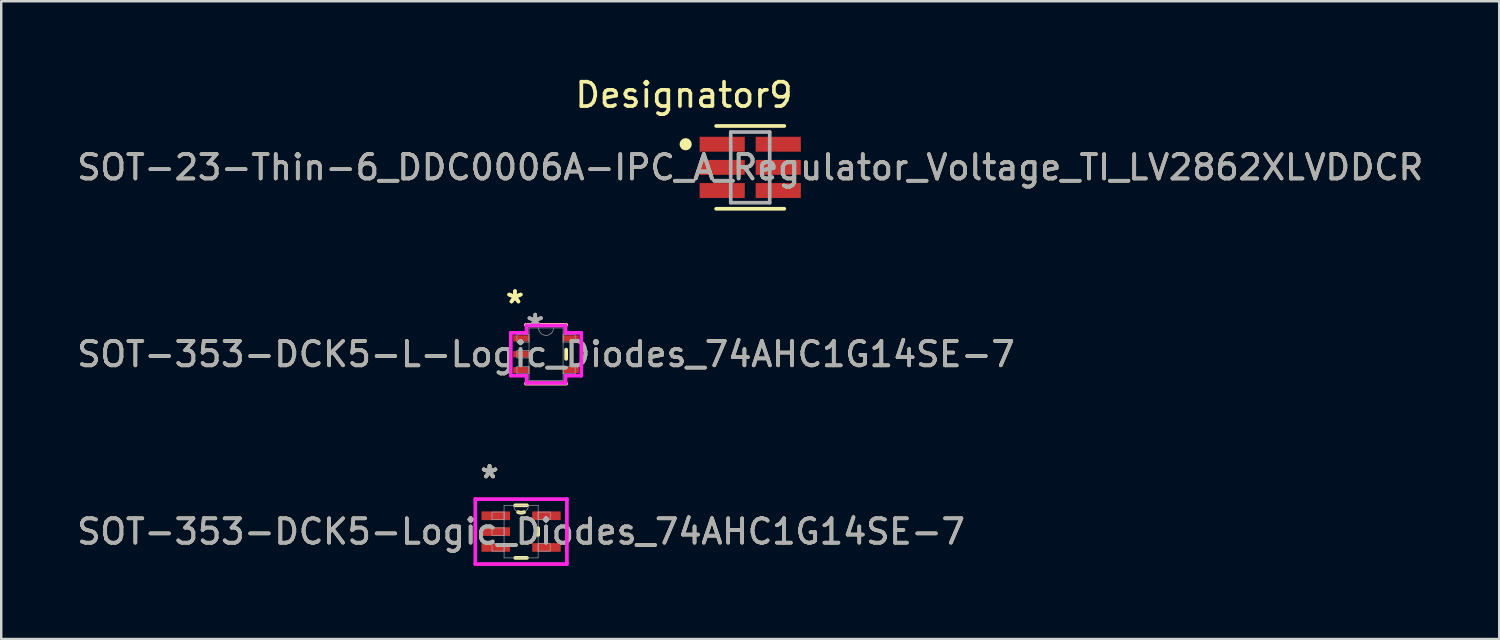
<source format=kicad_pcb>
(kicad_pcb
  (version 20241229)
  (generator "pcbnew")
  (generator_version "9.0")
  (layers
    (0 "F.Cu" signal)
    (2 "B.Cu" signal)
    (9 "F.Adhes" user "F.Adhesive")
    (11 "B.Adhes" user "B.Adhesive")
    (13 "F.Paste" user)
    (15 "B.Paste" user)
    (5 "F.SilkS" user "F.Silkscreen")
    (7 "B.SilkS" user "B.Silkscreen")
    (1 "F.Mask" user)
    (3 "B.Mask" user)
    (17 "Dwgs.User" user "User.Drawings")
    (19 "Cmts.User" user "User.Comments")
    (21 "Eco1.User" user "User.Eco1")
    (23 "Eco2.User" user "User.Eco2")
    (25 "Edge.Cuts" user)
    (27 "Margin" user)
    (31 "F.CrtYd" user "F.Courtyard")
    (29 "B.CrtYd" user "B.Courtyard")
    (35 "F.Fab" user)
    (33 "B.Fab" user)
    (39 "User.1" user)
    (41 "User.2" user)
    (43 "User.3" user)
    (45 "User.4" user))
  (footprint "SOT-353-DCK5-L-Logic_Diodes_74AHC1G14SE-7"
    (layer "F.Cu")
    (at 19.363 11.49)
    (property "Reference" "SOT-353-DCK5-L-Logic_Diodes_74AHC1G14SE-7" (at 0 0 0) (unlocked yes) (layer "F.SilkS") (effects (font (size 1 1) (thickness 0.15))))
    (attr smd)
    (fp_line (start -0.826 1.206) (end 0.826 1.206) (stroke (width 0.152) (type solid)) (layer "F.SilkS"))
    (fp_line (start 0.826 -1.206) (end -0.826 -1.206) (stroke (width 0.152) (type solid)) (layer "F.SilkS"))
    (fp_line (start 0.826 0.19) (end 0.826 -0.19) (stroke (width 0.152) (type solid)) (layer "F.SilkS"))
    (fp_line (start -1.448 -0.879) (end -0.8 -0.879) (stroke (width 0.152) (type solid)) (layer "F.CrtYd"))
    (fp_line (start -1.448 0.879) (end -1.448 -0.879) (stroke (width 0.152) (type solid)) (layer "F.CrtYd"))
    (fp_line (start -0.8 -1.181) (end 0.8 -1.181) (stroke (width 0.152) (type solid)) (layer "F.CrtYd"))
    (fp_line (start -0.8 -0.879) (end -0.8 -1.181) (stroke (width 0.152) (type solid)) (layer "F.CrtYd"))
    (fp_line (start -0.8 0.879) (end -1.448 0.879) (stroke (width 0.152) (type solid)) (layer "F.CrtYd"))
    (fp_line (start -0.8 1.181) (end -0.8 0.879) (stroke (width 0.152) (type solid)) (layer "F.CrtYd"))
    (fp_line (start 0.8 -1.181) (end 0.8 -0.879) (stroke (width 0.152) (type solid)) (layer "F.CrtYd"))
    (fp_line (start 0.8 -0.879) (end 1.448 -0.879) (stroke (width 0.152) (type solid)) (layer "F.CrtYd"))
    (fp_line (start 0.8 0.879) (end 0.8 1.181) (stroke (width 0.152) (type solid)) (layer "F.CrtYd"))
    (fp_line (start 0.8 1.181) (end -0.8 1.181) (stroke (width 0.152) (type solid)) (layer "F.CrtYd"))
    (fp_line (start 1.448 -0.879) (end 1.448 0.879) (stroke (width 0.152) (type solid)) (layer "F.CrtYd"))
    (fp_line (start 1.448 0.879) (end 0.8 0.879) (stroke (width 0.152) (type solid)) (layer "F.CrtYd"))
    (fp_line (start -1.194 -0.802) (end -1.194 -0.498) (stroke (width 0.025) (type solid)) (layer "F.Fab"))
    (fp_line (start -1.194 -0.498) (end -0.699 -0.498) (stroke (width 0.025) (type solid)) (layer "F.Fab"))
    (fp_line (start -1.194 -0.152) (end -1.194 0.152) (stroke (width 0.025) (type solid)) (layer "F.Fab"))
    (fp_line (start -1.194 0.152) (end -0.699 0.152) (stroke (width 0.025) (type solid)) (layer "F.Fab"))
    (fp_line (start -1.194 0.498) (end -1.194 0.802) (stroke (width 0.025) (type solid)) (layer "F.Fab"))
    (fp_line (start -1.194 0.802) (end -0.699 0.802) (stroke (width 0.025) (type solid)) (layer "F.Fab"))
    (fp_line (start -0.699 -1.079) (end -0.699 1.079) (stroke (width 0.025) (type solid)) (layer "F.Fab"))
    (fp_line (start -0.699 -0.802) (end -1.194 -0.802) (stroke (width 0.025) (type solid)) (layer "F.Fab"))
    (fp_line (start -0.699 -0.498) (end -0.699 -0.802) (stroke (width 0.025) (type solid)) (layer "F.Fab"))
    (fp_line (start -0.699 -0.152) (end -1.194 -0.152) (stroke (width 0.025) (type solid)) (layer "F.Fab"))
    (fp_line (start -0.699 0.152) (end -0.699 -0.152) (stroke (width 0.025) (type solid)) (layer "F.Fab"))
    (fp_line (start -0.699 0.498) (end -1.194 0.498) (stroke (width 0.025) (type solid)) (layer "F.Fab"))
    (fp_line (start -0.699 0.802) (end -0.699 0.498) (stroke (width 0.025) (type solid)) (layer "F.Fab"))
    (fp_line (start -0.699 1.079) (end 0.699 1.079) (stroke (width 0.025) (type solid)) (layer "F.Fab"))
    (fp_line (start 0.699 -1.079) (end -0.699 -1.079) (stroke (width 0.025) (type solid)) (layer "F.Fab"))
    (fp_line (start 0.699 -0.802) (end 0.699 -0.498) (stroke (width 0.025) (type solid)) (layer "F.Fab"))
    (fp_line (start 0.699 -0.498) (end 1.194 -0.498) (stroke (width 0.025) (type solid)) (layer "F.Fab"))
    (fp_line (start 0.699 0.498) (end 0.699 0.802) (stroke (width 0.025) (type solid)) (layer "F.Fab"))
    (fp_line (start 0.699 0.802) (end 1.194 0.802) (stroke (width 0.025) (type solid)) (layer "F.Fab"))
    (fp_line (start 0.699 1.079) (end 0.699 -1.079) (stroke (width 0.025) (type solid)) (layer "F.Fab"))
    (fp_line (start 1.194 -0.802) (end 0.699 -0.802) (stroke (width 0.025) (type solid)) (layer "F.Fab"))
    (fp_line (start 1.194 -0.498) (end 1.194 -0.802) (stroke (width 0.025) (type solid)) (layer "F.Fab"))
    (fp_line (start 1.194 0.498) (end 0.699 0.498) (stroke (width 0.025) (type solid)) (layer "F.Fab"))
    (fp_line (start 1.194 0.802) (end 1.194 0.498) (stroke (width 0.025) (type solid)) (layer "F.Fab"))
    (fp_arc (start 0.3048 -1.0795) (mid 0 -0.7747) (end -0.3048 -1.0795) (stroke (width 0.0254) (type solid)) (layer "F.Fab"))
    (fp_text user "*" (at -1.276 -2.047 0) (layer "F.SilkS") (effects (font (size 1 1) (thickness 0.15))))
    (fp_text user "*" (at -1.276 -2.047 0) (unlocked yes) (layer "F.SilkS") (effects (font (size 1 1) (thickness 0.15))))
    (fp_text user "*" (at -0.445 -1.082 0) (layer "F.Fab") (effects (font (size 1 1) (thickness 0.15))))
    (fp_text user "${REFERENCE}" (at 0 0 0) (unlocked yes) (layer "F.Fab") (effects (font (size 1 1) (thickness 0.15))))
    (fp_text user "*" (at -0.445 -1.082 0) (unlocked yes) (layer "F.Fab") (effects (font (size 1 1) (thickness 0.15))))
    (pad "1" smd rect (at -1.022 -0.65) (size 0.648 0.254) (layers "F.Cu" "F.Mask" "F.Paste"))
    (pad "2" smd rect (at -1.022 0) (size 0.648 0.254) (layers "F.Cu" "F.Mask" "F.Paste"))
    (pad "3" smd rect (at -1.022 0.65) (size 0.648 0.254) (layers "F.Cu" "F.Mask" "F.Paste"))
    (pad "4" smd rect (at 1.022 0.65) (size 0.648 0.254) (layers "F.Cu" "F.Mask" "F.Paste"))
    (pad "5" smd rect (at 1.022 -0.65) (size 0.648 0.254) (layers "F.Cu" "F.Mask" "F.Paste")))
  (footprint "SOT-23-Thin-6_DDC0006A-IPC_A_Regulator_Voltage_TI_LV2862XLVDDCR"
    (layer "F.Cu")
    (at 27.744 3.82)
    (property "Reference" "SOT-23-Thin-6_DDC0006A-IPC_A_Regulator_Voltage_TI_LV2862XLVDDCR" (at 0 0 0) (unlocked yes) (layer "F.SilkS") (effects (font (size 1 1) (thickness 0.15))))
    (attr smd)
    (fp_line (start -1.4 -1.7) (end 1.4 -1.7) (stroke (width 0.15) (type solid)) (layer "F.SilkS"))
    (fp_line (start -1.4 1.7) (end 1.4 1.7) (stroke (width 0.15) (type solid)) (layer "F.SilkS"))
    (fp_circle (center -2.65 -0.95) (end -2.525 -0.95) (stroke (width 0.25) (type solid)) (fill no) (layer "F.SilkS"))
    (fp_line (start -0.8 -1.45) (end 0.8 -1.45) (stroke (width 0.15) (type solid)) (layer "F.Fab"))
    (fp_line (start -0.8 1.45) (end -0.8 -1.45) (stroke (width 0.15) (type solid)) (layer "F.Fab"))
    (fp_line (start -0.8 1.45) (end 0.8 1.45) (stroke (width 0.15) (type solid)) (layer "F.Fab"))
    (fp_line (start 0.8 1.45) (end 0.8 -1.45) (stroke (width 0.15) (type solid)) (layer "F.Fab"))
    (fp_text user "Designator9" (at -2.718 -2.972 0) (unlocked yes) (layer "F.SilkS") (effects (font (size 1 1) (thickness 0.15))))
    (fp_text user "${REFERENCE}" (at 0 0 0) (unlocked yes) (layer "F.Fab") (effects (font (size 1 1) (thickness 0.15))))
    (pad "1" smd rect (at -1.15 -0.95) (size 1.854 0.612) (layers "F.Cu" "F.Mask" "F.Paste"))
    (pad "2" smd rect (at -1.15 0) (size 1.854 0.612) (layers "F.Cu" "F.Mask" "F.Paste"))
    (pad "3" smd rect (at -1.15 0.95) (size 1.854 0.612) (layers "F.Cu" "F.Mask" "F.Paste"))
    (pad "4" smd rect (at 1.15 0.95) (size 1.854 0.612) (layers "F.Cu" "F.Mask" "F.Paste"))
    (pad "5" smd rect (at 1.15 0) (size 1.854 0.612) (layers "F.Cu" "F.Mask" "F.Paste"))
    (pad "6" smd rect (at 1.15 -0.95) (size 1.854 0.612) (layers "F.Cu" "F.Mask" "F.Paste")))
  (footprint "SOT-353-DCK5-Logic_Diodes_74AHC1G14SE-7"
    (layer "F.Cu")
    (at 18.339 18.77)
    (property "Reference" "SOT-353-DCK5-Logic_Diodes_74AHC1G14SE-7" (at 0 0 0) (unlocked yes) (layer "F.SilkS") (effects (font (size 1 1) (thickness 0.15))))
    (attr smd)
    (fp_line (start -0.24 1.079) (end 0.24 1.079) (stroke (width 0.152) (type solid)) (layer "F.SilkS"))
    (fp_line (start 0.24 -1.079) (end -0.24 -1.079) (stroke (width 0.152) (type solid)) (layer "F.SilkS"))
    (fp_line (start 0.699 0.139) (end 0.699 -0.139) (stroke (width 0.152) (type solid)) (layer "F.SilkS"))
    (fp_arc (start 0.12446 -0.801269) (mid 0 -0.7747) (end -0.12446 -0.801269) (stroke (width 0.1524) (type solid)) (layer "F.SilkS"))
    (fp_line (start -1.88 -1.333) (end 1.88 -1.333) (stroke (width 0.152) (type solid)) (layer "F.CrtYd"))
    (fp_line (start -1.88 1.333) (end -1.88 -1.333) (stroke (width 0.152) (type solid)) (layer "F.CrtYd"))
    (fp_line (start 1.88 -1.333) (end 1.88 1.333) (stroke (width 0.152) (type solid)) (layer "F.CrtYd"))
    (fp_line (start 1.88 1.333) (end -1.88 1.333) (stroke (width 0.152) (type solid)) (layer "F.CrtYd"))
    (fp_line (start -1.194 -0.802) (end -1.194 -0.498) (stroke (width 0.025) (type solid)) (layer "F.Fab"))
    (fp_line (start -1.194 -0.498) (end -0.699 -0.498) (stroke (width 0.025) (type solid)) (layer "F.Fab"))
    (fp_line (start -1.194 -0.152) (end -1.194 0.152) (stroke (width 0.025) (type solid)) (layer "F.Fab"))
    (fp_line (start -1.194 0.152) (end -0.699 0.152) (stroke (width 0.025) (type solid)) (layer "F.Fab"))
    (fp_line (start -1.194 0.498) (end -1.194 0.802) (stroke (width 0.025) (type solid)) (layer "F.Fab"))
    (fp_line (start -1.194 0.802) (end -0.699 0.802) (stroke (width 0.025) (type solid)) (layer "F.Fab"))
    (fp_line (start -0.699 -1.079) (end -0.699 1.079) (stroke (width 0.025) (type solid)) (layer "F.Fab"))
    (fp_line (start -0.699 -0.802) (end -1.194 -0.802) (stroke (width 0.025) (type solid)) (layer "F.Fab"))
    (fp_line (start -0.699 -0.498) (end -0.699 -0.802) (stroke (width 0.025) (type solid)) (layer "F.Fab"))
    (fp_line (start -0.699 -0.152) (end -1.194 -0.152) (stroke (width 0.025) (type solid)) (layer "F.Fab"))
    (fp_line (start -0.699 0.152) (end -0.699 -0.152) (stroke (width 0.025) (type solid)) (layer "F.Fab"))
    (fp_line (start -0.699 0.498) (end -1.194 0.498) (stroke (width 0.025) (type solid)) (layer "F.Fab"))
    (fp_line (start -0.699 0.802) (end -0.699 0.498) (stroke (width 0.025) (type solid)) (layer "F.Fab"))
    (fp_line (start -0.699 1.079) (end 0.699 1.079) (stroke (width 0.025) (type solid)) (layer "F.Fab"))
    (fp_line (start 0.699 -1.079) (end -0.699 -1.079) (stroke (width 0.025) (type solid)) (layer "F.Fab"))
    (fp_line (start 0.699 -0.802) (end 0.699 -0.498) (stroke (width 0.025) (type solid)) (layer "F.Fab"))
    (fp_line (start 0.699 -0.498) (end 1.194 -0.498) (stroke (width 0.025) (type solid)) (layer "F.Fab"))
    (fp_line (start 0.699 0.498) (end 0.699 0.802) (stroke (width 0.025) (type solid)) (layer "F.Fab"))
    (fp_line (start 0.699 0.802) (end 1.194 0.802) (stroke (width 0.025) (type solid)) (layer "F.Fab"))
    (fp_line (start 0.699 1.079) (end 0.699 -1.079) (stroke (width 0.025) (type solid)) (layer "F.Fab"))
    (fp_line (start 1.194 -0.802) (end 0.699 -0.802) (stroke (width 0.025) (type solid)) (layer "F.Fab"))
    (fp_line (start 1.194 -0.498) (end 1.194 -0.802) (stroke (width 0.025) (type solid)) (layer "F.Fab"))
    (fp_line (start 1.194 0.498) (end 0.699 0.498) (stroke (width 0.025) (type solid)) (layer "F.Fab"))
    (fp_line (start 1.194 0.802) (end 1.194 0.498) (stroke (width 0.025) (type solid)) (layer "F.Fab"))
    (fp_arc (start 0.3048 -1.0795) (mid 0 -0.7747) (end -0.3048 -1.0795) (stroke (width 0.0254) (type solid)) (layer "F.Fab"))
    (fp_text user "*" (at -1.295 -2.149 0) (layer "F.SilkS") (effects (font (size 1 1) (thickness 0.15))))
    (fp_text user "*" (at -1.295 -2.149 0) (unlocked yes) (layer "F.SilkS") (effects (font (size 1 1) (thickness 0.15))))
    (fp_text user "*" (at -1.295 -2.149 0) (unlocked yes) (layer "F.Fab") (effects (font (size 1 1) (thickness 0.15))))
    (fp_text user "${REFERENCE}" (at 0 0 0) (unlocked yes) (layer "F.Fab") (effects (font (size 1 1) (thickness 0.15))))
    (fp_text user "*" (at -1.295 -2.149 0) (layer "F.Fab") (effects (font (size 1 1) (thickness 0.15))))
    (pad "1" smd rect (at -1.041 -0.65) (size 1.168 0.356) (layers "F.Cu" "F.Mask" "F.Paste"))
    (pad "2" smd rect (at -1.041 0) (size 1.168 0.356) (layers "F.Cu" "F.Mask" "F.Paste"))
    (pad "3" smd rect (at -1.041 0.65) (size 1.168 0.356) (layers "F.Cu" "F.Mask" "F.Paste"))
    (pad "4" smd rect (at 1.041 0.65) (size 1.168 0.356) (layers "F.Cu" "F.Mask" "F.Paste"))
    (pad "5" smd rect (at 1.041 -0.65) (size 1.168 0.356) (layers "F.Cu" "F.Mask" "F.Paste")))
  (gr_rect
    (start -3 -3)
    (end 58.488 23.18)
    (stroke (width 0.1) (type default))
    (fill no)
    (layer "Edge.Cuts")))
</source>
